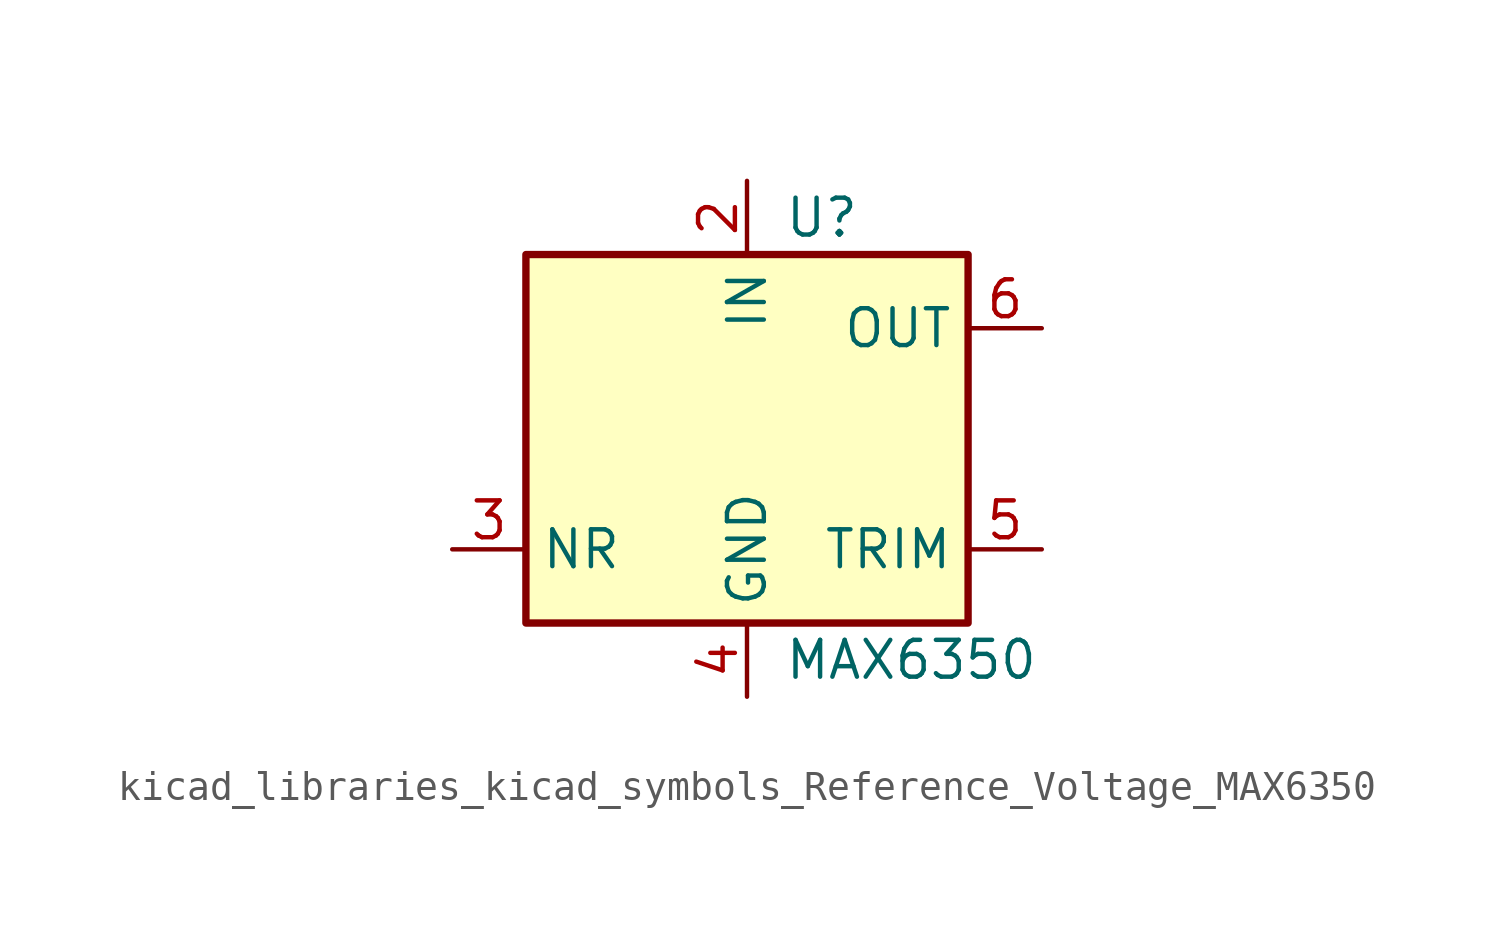
<source format=kicad_sym>
(kicad_symbol_lib
  (version 20220914)
  (generator kicad_symbol_editor)
  (symbol "kicad_libraries_kicad_symbols_Reference_Voltage_MAX6350"
    (property "Reference" "U"
      (at 1.27 6.35 0)
      (effects (font (size 1.27 1.27)) (justify left)))
    (property "Value" "MAX6350"
      (at 1.27 -8.89 0)
      (effects (font (size 1.27 1.27)) (justify left)))
    (symbol "kicad_libraries_kicad_symbols_Reference_Voltage_MAX6350_0_1"
      (rectangle (start -7.62 5.08) (end 7.62 -7.62) (stroke (width 0.254) (type default)) (fill (type background))))
    (symbol "kicad_libraries_kicad_symbols_Reference_Voltage_MAX6350_1_1"
      (pin no_connect line (at -7.62 -2.54 0) (length 2.54) hide (name "NC" (effects (font (size 1.27 1.27)))) (number "1" (effects (font (size 1.27 1.27)))))
      (pin power_in line (at 0 7.62 270) (length 2.54) (name "IN" (effects (font (size 1.27 1.27)))) (number "2" (effects (font (size 1.27 1.27)))))
      (pin passive line (at -10.16 -5.08 0) (length 2.54) (name "NR" (effects (font (size 1.27 1.27)))) (number "3" (effects (font (size 1.27 1.27)))))
      (pin power_in line (at 0 -10.16 90) (length 2.54) (name "GND" (effects (font (size 1.27 1.27)))) (number "4" (effects (font (size 1.27 1.27)))))
      (pin passive line (at 10.16 -5.08 180) (length 2.54) (name "TRIM" (effects (font (size 1.27 1.27)))) (number "5" (effects (font (size 1.27 1.27)))))
      (pin power_out line (at 10.16 2.54 180) (length 2.54) (name "OUT" (effects (font (size 1.27 1.27)))) (number "6" (effects (font (size 1.27 1.27)))))
      (pin no_connect line (at 7.62 0 180) (length 2.54) hide (name "NC" (effects (font (size 1.27 1.27)))) (number "7" (effects (font (size 1.27 1.27)))))
      (pin no_connect line (at 7.62 -2.54 180) (length 2.54) hide (name "NC" (effects (font (size 1.27 1.27)))) (number "8" (effects (font (size 1.27 1.27))))))))
</source>
